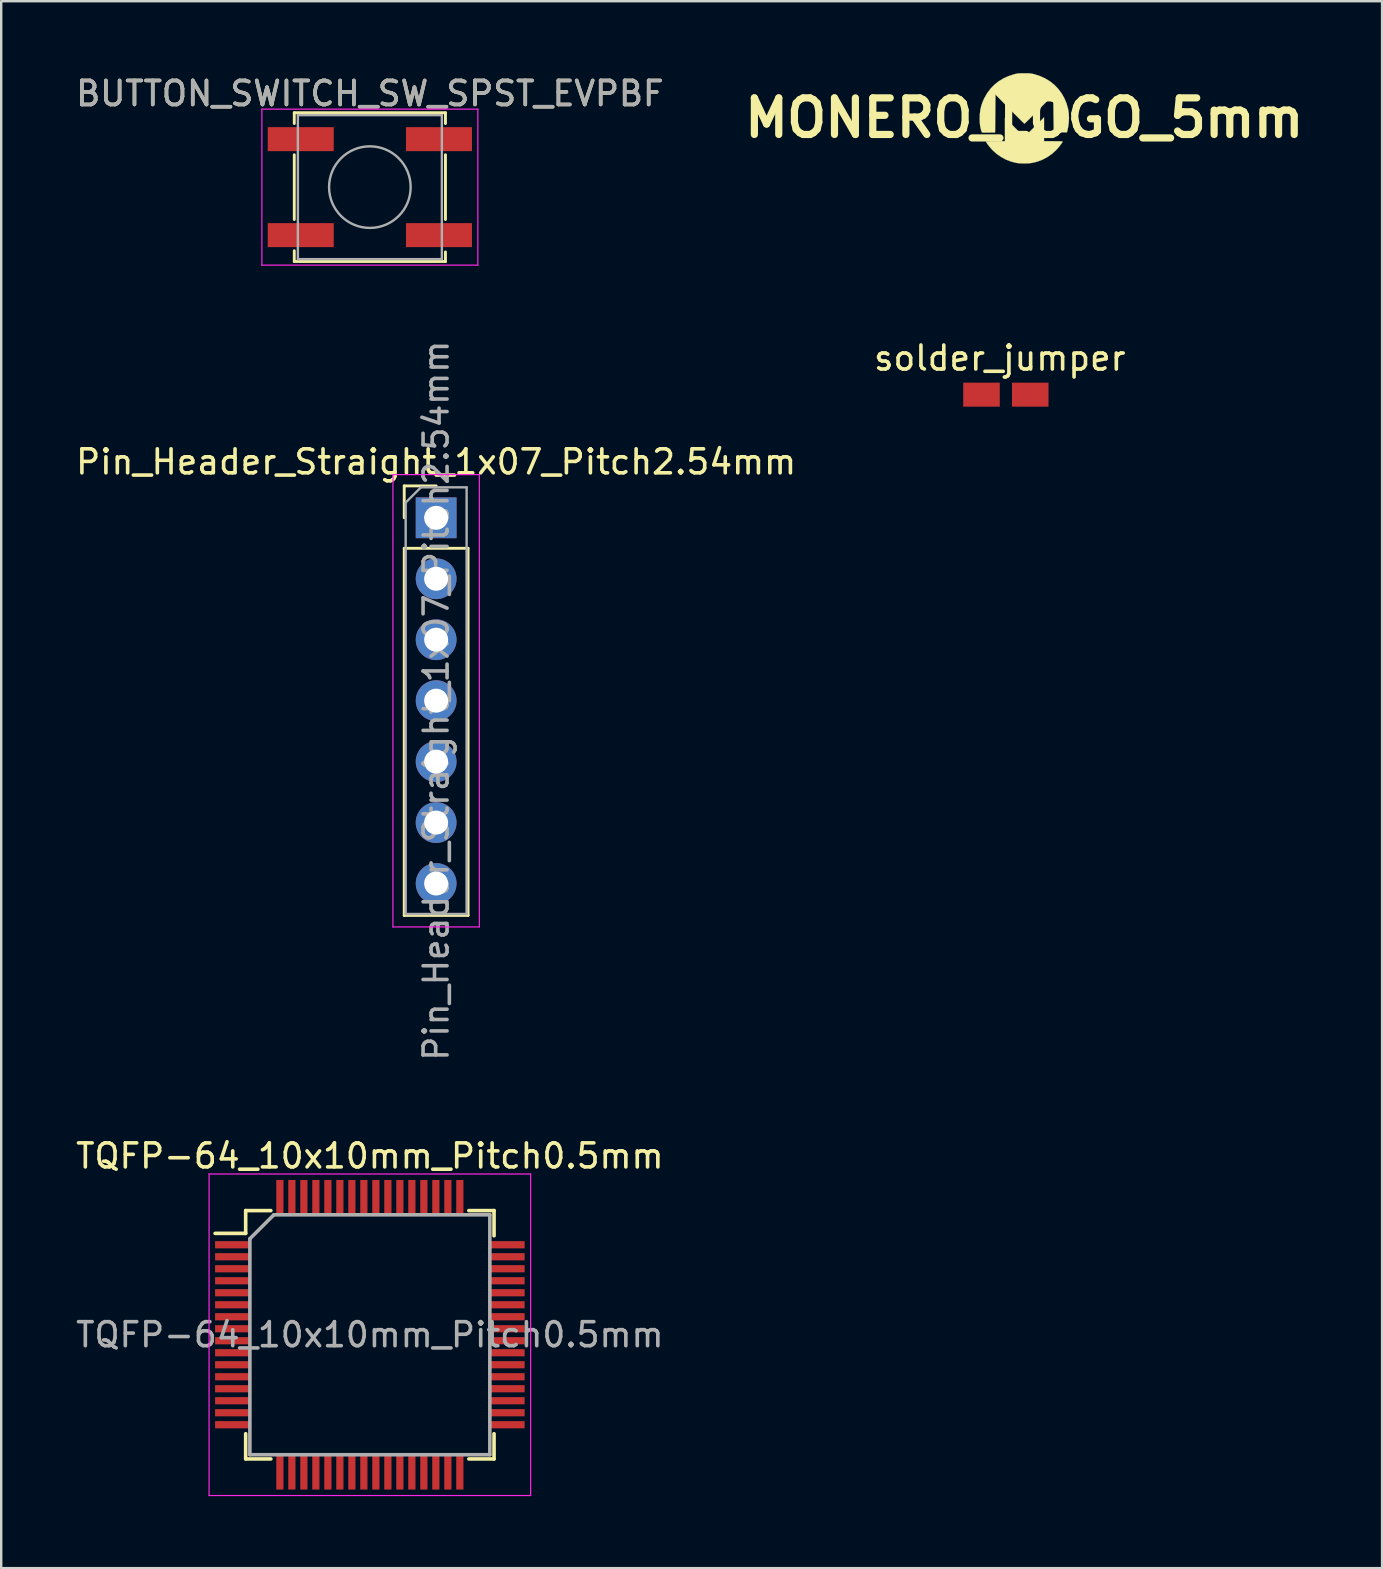
<source format=kicad_pcb>
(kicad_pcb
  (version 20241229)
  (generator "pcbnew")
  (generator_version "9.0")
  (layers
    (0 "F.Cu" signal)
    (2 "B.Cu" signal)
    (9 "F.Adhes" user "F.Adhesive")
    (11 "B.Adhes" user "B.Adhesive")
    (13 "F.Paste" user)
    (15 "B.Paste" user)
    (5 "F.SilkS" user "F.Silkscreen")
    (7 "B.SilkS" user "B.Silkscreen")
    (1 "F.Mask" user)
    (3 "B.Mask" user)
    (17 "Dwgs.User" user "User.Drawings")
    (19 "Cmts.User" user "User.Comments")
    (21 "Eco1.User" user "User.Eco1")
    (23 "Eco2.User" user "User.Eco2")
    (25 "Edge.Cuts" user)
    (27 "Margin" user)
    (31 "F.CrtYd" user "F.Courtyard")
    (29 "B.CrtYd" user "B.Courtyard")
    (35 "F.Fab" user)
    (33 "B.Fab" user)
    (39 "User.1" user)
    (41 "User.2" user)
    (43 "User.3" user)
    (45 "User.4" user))
  (footprint "Pin_Header_Straight_1x07_Pitch2.54mm"
    (layer "F.Cu")
    (at 15.125 18.528)
    (property "Reference" "Pin_Header_Straight_1x07_Pitch2.54mm" (at 0 -2.33 0) (layer "F.SilkS") (effects (font (size 1 1) (thickness 0.15))))
    (attr through_hole)
    (fp_line (start -1.33 -1.33) (end 0 -1.33) (stroke (width 0.12) (type solid)) (layer "F.SilkS"))
    (fp_line (start -1.33 0) (end -1.33 -1.33) (stroke (width 0.12) (type solid)) (layer "F.SilkS"))
    (fp_line (start -1.33 1.27) (end -1.33 16.57) (stroke (width 0.12) (type solid)) (layer "F.SilkS"))
    (fp_line (start -1.33 1.27) (end 1.33 1.27) (stroke (width 0.12) (type solid)) (layer "F.SilkS"))
    (fp_line (start -1.33 16.57) (end 1.33 16.57) (stroke (width 0.12) (type solid)) (layer "F.SilkS"))
    (fp_line (start 1.33 1.27) (end 1.33 16.57) (stroke (width 0.12) (type solid)) (layer "F.SilkS"))
    (fp_line (start -1.8 -1.8) (end -1.8 17.05) (stroke (width 0.05) (type solid)) (layer "F.CrtYd"))
    (fp_line (start -1.8 17.05) (end 1.8 17.05) (stroke (width 0.05) (type solid)) (layer "F.CrtYd"))
    (fp_line (start 1.8 -1.8) (end -1.8 -1.8) (stroke (width 0.05) (type solid)) (layer "F.CrtYd"))
    (fp_line (start 1.8 17.05) (end 1.8 -1.8) (stroke (width 0.05) (type solid)) (layer "F.CrtYd"))
    (fp_line (start -1.27 -0.635) (end -0.635 -1.27) (stroke (width 0.1) (type solid)) (layer "F.Fab"))
    (fp_line (start -1.27 16.51) (end -1.27 -0.635) (stroke (width 0.1) (type solid)) (layer "F.Fab"))
    (fp_line (start -0.635 -1.27) (end 1.27 -1.27) (stroke (width 0.1) (type solid)) (layer "F.Fab"))
    (fp_line (start 1.27 -1.27) (end 1.27 16.51) (stroke (width 0.1) (type solid)) (layer "F.Fab"))
    (fp_line (start 1.27 16.51) (end -1.27 16.51) (stroke (width 0.1) (type solid)) (layer "F.Fab"))
    (fp_text user "${REFERENCE}" (at 0 7.62 90) (layer "F.Fab") (effects (font (size 1 1) (thickness 0.15))))
    (pad "1" thru_hole rect (at 0 0) (size 1.7 1.7) (drill 1) (layers "*.Cu" "*.Mask"))
    (pad "2" thru_hole oval (at 0 2.54) (size 1.7 1.7) (drill 1) (layers "*.Cu" "*.Mask"))
    (pad "3" thru_hole oval (at 0 5.08) (size 1.7 1.7) (drill 1) (layers "*.Cu" "*.Mask"))
    (pad "4" thru_hole oval (at 0 7.62) (size 1.7 1.7) (drill 1) (layers "*.Cu" "*.Mask"))
    (pad "5" thru_hole oval (at 0 10.16) (size 1.7 1.7) (drill 1) (layers "*.Cu" "*.Mask"))
    (pad "6" thru_hole oval (at 0 12.7) (size 1.7 1.7) (drill 1) (layers "*.Cu" "*.Mask"))
    (pad "7" thru_hole oval (at 0 15.24) (size 1.7 1.7) (drill 1) (layers "*.Cu" "*.Mask")))
  (footprint "BUTTON_SWITCH_SW_SPST_EVPBF"
    (layer "F.Cu")
    (at 12.363 4.748)
    (property "Reference" "BUTTON_SWITCH_SW_SPST_EVPBF" (at 0 -3.9 0) (layer "F.SilkS") (effects (font (size 1 1) (thickness 0.15))))
    (attr smd)
    (fp_line (start -3.15 -3.1) (end 3.15 -3.1) (stroke (width 0.12) (type solid)) (layer "F.SilkS"))
    (fp_line (start -3.15 -2.65) (end -3.15 -3.1) (stroke (width 0.12) (type solid)) (layer "F.SilkS"))
    (fp_line (start -3.15 1.35) (end -3.15 -1.35) (stroke (width 0.12) (type solid)) (layer "F.SilkS"))
    (fp_line (start -3.15 2.65) (end -3.15 3.1) (stroke (width 0.12) (type solid)) (layer "F.SilkS"))
    (fp_line (start -3.15 3.1) (end 3.15 3.1) (stroke (width 0.12) (type solid)) (layer "F.SilkS"))
    (fp_line (start 3.15 -3.1) (end 3.15 -2.65) (stroke (width 0.12) (type solid)) (layer "F.SilkS"))
    (fp_line (start 3.15 -1.35) (end 3.15 1.35) (stroke (width 0.12) (type solid)) (layer "F.SilkS"))
    (fp_line (start 3.15 3.1) (end 3.15 2.7) (stroke (width 0.12) (type solid)) (layer "F.SilkS"))
    (fp_line (start -4.5 -3.25) (end 4.5 -3.25) (stroke (width 0.05) (type solid)) (layer "F.CrtYd"))
    (fp_line (start -4.5 3.25) (end -4.5 -3.25) (stroke (width 0.05) (type solid)) (layer "F.CrtYd"))
    (fp_line (start 4.5 -3.25) (end 4.5 3.25) (stroke (width 0.05) (type solid)) (layer "F.CrtYd"))
    (fp_line (start 4.5 3.25) (end -4.5 3.25) (stroke (width 0.05) (type solid)) (layer "F.CrtYd"))
    (fp_line (start -3 -3) (end 3 -3) (stroke (width 0.1) (type solid)) (layer "F.Fab"))
    (fp_line (start -3 3) (end -3 -3) (stroke (width 0.1) (type solid)) (layer "F.Fab"))
    (fp_line (start 3 -3) (end 3 3) (stroke (width 0.1) (type solid)) (layer "F.Fab"))
    (fp_line (start 3 3) (end -3 3) (stroke (width 0.1) (type solid)) (layer "F.Fab"))
    (fp_circle (center 0 0) (end 1.7 0) (stroke (width 0.1) (type solid)) (fill no) (layer "F.Fab"))
    (fp_text user "${REFERENCE}" (at 0 -3.9 0) (layer "F.Fab") (effects (font (size 1 1) (thickness 0.15))))
    (pad "1" smd rect (at -2.88 -2) (size 2.75 1) (layers "F.Cu" "F.Mask" "F.Paste"))
    (pad "1" smd rect (at 2.88 -2) (size 2.75 1) (layers "F.Cu" "F.Mask" "F.Paste"))
    (pad "2" smd rect (at -2.88 2) (size 2.75 1) (layers "F.Cu" "F.Mask" "F.Paste"))
    (pad "2" smd rect (at 2.88 2) (size 2.75 1) (layers "F.Cu" "F.Mask" "F.Paste")))
  (footprint "MONERO_LOGO_5mm"
    (layer "F.Cu")
    (at 39.635 1.864)
    (property "Reference" "MONERO_LOGO_5mm" (at 0 0 0) (layer "F.SilkS") (effects (font (size 1.524 1.524) (thickness 0.3))))
    (attr through_hole)
    (fp_poly (pts (xy 0.822 0.971) (xy 1.21 0.971) (xy 1.318 0.972) (xy 1.413 0.973) (xy 1.492 0.975) (xy 1.552 0.978) (xy 1.589 0.981) (xy 1.599 0.985) (xy 1.589 1.007) (xy 1.564 1.047) (xy 1.526 1.1) (xy 1.48 1.16) (xy 1.429 1.223) (xy 1.378 1.283) (xy 1.329 1.337) (xy 1.317 1.349) (xy 1.145 1.503) (xy 0.955 1.635) (xy 0.751 1.742) (xy 0.537 1.823) (xy 0.321 1.874) (xy 0.222 1.886) (xy 0.103 1.894) (xy -0.024 1.895) (xy -0.15 1.892) (xy -0.264 1.883) (xy -0.336 1.873) (xy -0.551 1.819) (xy -0.761 1.738) (xy -0.961 1.631) (xy -1.148 1.501) (xy -1.317 1.349) (xy -1.317 1.349) (xy -1.365 1.298) (xy -1.416 1.239) (xy -1.468 1.176) (xy -1.515 1.115) (xy -1.555 1.06) (xy -1.584 1.016) (xy -1.598 0.988) (xy -1.599 0.985) (xy -1.584 0.981) (xy -1.544 0.978) (xy -1.48 0.975) (xy -1.398 0.973) (xy -1.3 0.972) (xy -1.203 0.971) (xy -0.807 0.971) (xy -0.807 -0.007) (xy -0.403 0.396) (xy 0.000002 0.799) (xy 0.411 0.388) (xy 0.822 -0.022) (xy 0.822 0.971)) (stroke (width 0.01) (type solid)) (fill yes) (layer "F.SilkS"))
    (fp_poly (pts (xy 0.099 -1.859) (xy 0.175 -1.857) (xy 0.236 -1.853) (xy 0.29 -1.847) (xy 0.342 -1.837) (xy 0.402 -1.823) (xy 0.426 -1.817) (xy 0.658 -1.742) (xy 0.874 -1.643) (xy 1.073 -1.521) (xy 1.252 -1.378) (xy 1.412 -1.213) (xy 1.55 -1.03) (xy 1.665 -0.828) (xy 1.757 -0.611) (xy 1.823 -0.378) (xy 1.833 -0.329) (xy 1.854 -0.174) (xy 1.861 -0.003) (xy 1.853 0.177) (xy 1.831 0.355) (xy 1.796 0.525) (xy 1.792 0.542) (xy 1.777 0.598) (xy 1.229 0.598) (xy 1.218 -0.183) (xy 1.207 -0.963) (xy 0.614 -0.362) (xy 0.505 -0.251) (xy 0.401 -0.147) (xy 0.305 -0.051) (xy 0.219 0.035) (xy 0.145 0.108) (xy 0.085 0.167) (xy 0.04 0.209) (xy 0.013 0.234) (xy 0.006 0.239) (xy -0.008 0.229) (xy -0.04 0.199) (xy -0.089 0.151) (xy -0.154 0.088) (xy -0.231 0.011) (xy -0.32 -0.078) (xy -0.418 -0.176) (xy -0.524 -0.283) (xy -0.607 -0.368) (xy -1.203 -0.975) (xy -1.21 -0.185) (xy -1.218 0.605) (xy -1.49 0.609) (xy -1.587 0.61) (xy -1.658 0.611) (xy -1.708 0.609) (xy -1.741 0.606) (xy -1.76 0.601) (xy -1.771 0.593) (xy -1.776 0.587) (xy -1.785 0.561) (xy -1.798 0.515) (xy -1.813 0.454) (xy -1.823 0.411) (xy -1.838 0.337) (xy -1.848 0.265) (xy -1.854 0.185) (xy -1.857 0.09) (xy -1.858 0.03) (xy -1.851 -0.173) (xy -1.827 -0.358) (xy -1.784 -0.532) (xy -1.721 -0.705) (xy -1.666 -0.824) (xy -1.546 -1.033) (xy -1.405 -1.22) (xy -1.244 -1.386) (xy -1.063 -1.529) (xy -0.864 -1.65) (xy -0.646 -1.747) (xy -0.426 -1.817) (xy -0.362 -1.833) (xy -0.308 -1.844) (xy -0.256 -1.852) (xy -0.198 -1.856) (xy -0.128 -1.858) (xy -0.038 -1.859) (xy 0 -1.859) (xy 0.099 -1.859)) (stroke (width 0.01) (type solid)) (fill yes) (layer "F.SilkS")))
  (footprint "solder_jumper"
    (layer "F.Cu")
    (at 38.867 13.396)
    (property "Reference" "solder_jumper" (at -0.254 -1.524 0) (layer "F.SilkS") (effects (font (size 1 1) (thickness 0.15))))
    (attr through_hole)
    (pad "1" smd rect (at -1.016 0) (size 1.524 1) (layers "F.Cu" "F.Mask" "F.Paste"))
    (pad "2" smd rect (at 1.016 0) (size 1.524 1) (layers "F.Cu" "F.Mask" "F.Paste")))
  (footprint "TQFP-64_10x10mm_Pitch0.5mm"
    (layer "F.Cu")
    (at 12.363 52.572)
    (property "Reference" "TQFP-64_10x10mm_Pitch0.5mm" (at 0 -7.45 0) (layer "F.SilkS") (effects (font (size 1 1) (thickness 0.15))))
    (attr smd)
    (fp_line (start -5.175 -5.175) (end -5.175 -4.225) (stroke (width 0.15) (type solid)) (layer "F.SilkS"))
    (fp_line (start -5.175 -5.175) (end -4.125 -5.175) (stroke (width 0.15) (type solid)) (layer "F.SilkS"))
    (fp_line (start -5.175 -4.225) (end -6.45 -4.225) (stroke (width 0.15) (type solid)) (layer "F.SilkS"))
    (fp_line (start -5.175 5.175) (end -5.175 4.125) (stroke (width 0.15) (type solid)) (layer "F.SilkS"))
    (fp_line (start -5.175 5.175) (end -4.125 5.175) (stroke (width 0.15) (type solid)) (layer "F.SilkS"))
    (fp_line (start 5.175 -5.175) (end 4.125 -5.175) (stroke (width 0.15) (type solid)) (layer "F.SilkS"))
    (fp_line (start 5.175 -5.175) (end 5.175 -4.125) (stroke (width 0.15) (type solid)) (layer "F.SilkS"))
    (fp_line (start 5.175 5.175) (end 4.125 5.175) (stroke (width 0.15) (type solid)) (layer "F.SilkS"))
    (fp_line (start 5.175 5.175) (end 5.175 4.125) (stroke (width 0.15) (type solid)) (layer "F.SilkS"))
    (fp_line (start -6.7 -6.7) (end -6.7 6.7) (stroke (width 0.05) (type solid)) (layer "F.CrtYd"))
    (fp_line (start -6.7 -6.7) (end 6.7 -6.7) (stroke (width 0.05) (type solid)) (layer "F.CrtYd"))
    (fp_line (start -6.7 6.7) (end 6.7 6.7) (stroke (width 0.05) (type solid)) (layer "F.CrtYd"))
    (fp_line (start 6.7 -6.7) (end 6.7 6.7) (stroke (width 0.05) (type solid)) (layer "F.CrtYd"))
    (fp_line (start -5 -4) (end -4 -5) (stroke (width 0.15) (type solid)) (layer "F.Fab"))
    (fp_line (start -5 5) (end -5 -4) (stroke (width 0.15) (type solid)) (layer "F.Fab"))
    (fp_line (start -4 -5) (end 5 -5) (stroke (width 0.15) (type solid)) (layer "F.Fab"))
    (fp_line (start 5 -5) (end 5 5) (stroke (width 0.15) (type solid)) (layer "F.Fab"))
    (fp_line (start 5 5) (end -5 5) (stroke (width 0.15) (type solid)) (layer "F.Fab"))
    (fp_text user "${REFERENCE}" (at 0 0 0) (layer "F.Fab") (effects (font (size 1 1) (thickness 0.15))))
    (pad "1" smd rect (at -5.7 -3.75) (size 1.5 0.3) (layers "F.Cu" "F.Mask" "F.Paste"))
    (pad "2" smd rect (at -5.7 -3.25) (size 1.5 0.3) (layers "F.Cu" "F.Mask" "F.Paste"))
    (pad "3" smd rect (at -5.7 -2.75) (size 1.5 0.3) (layers "F.Cu" "F.Mask" "F.Paste"))
    (pad "4" smd rect (at -5.7 -2.25) (size 1.5 0.3) (layers "F.Cu" "F.Mask" "F.Paste"))
    (pad "5" smd rect (at -5.7 -1.75) (size 1.5 0.3) (layers "F.Cu" "F.Mask" "F.Paste"))
    (pad "6" smd rect (at -5.7 -1.25) (size 1.5 0.3) (layers "F.Cu" "F.Mask" "F.Paste"))
    (pad "7" smd rect (at -5.7 -0.75) (size 1.5 0.3) (layers "F.Cu" "F.Mask" "F.Paste"))
    (pad "8" smd rect (at -5.7 -0.25) (size 1.5 0.3) (layers "F.Cu" "F.Mask" "F.Paste"))
    (pad "9" smd rect (at -5.7 0.25) (size 1.5 0.3) (layers "F.Cu" "F.Mask" "F.Paste"))
    (pad "10" smd rect (at -5.7 0.75) (size 1.5 0.3) (layers "F.Cu" "F.Mask" "F.Paste"))
    (pad "11" smd rect (at -5.7 1.25) (size 1.5 0.3) (layers "F.Cu" "F.Mask" "F.Paste"))
    (pad "12" smd rect (at -5.7 1.75) (size 1.5 0.3) (layers "F.Cu" "F.Mask" "F.Paste"))
    (pad "13" smd rect (at -5.7 2.25) (size 1.5 0.3) (layers "F.Cu" "F.Mask" "F.Paste"))
    (pad "14" smd rect (at -5.7 2.75) (size 1.5 0.3) (layers "F.Cu" "F.Mask" "F.Paste"))
    (pad "15" smd rect (at -5.7 3.25) (size 1.5 0.3) (layers "F.Cu" "F.Mask" "F.Paste"))
    (pad "16" smd rect (at -5.7 3.75) (size 1.5 0.3) (layers "F.Cu" "F.Mask" "F.Paste"))
    (pad "17" smd rect (at -3.75 5.7 90) (size 1.5 0.3) (layers "F.Cu" "F.Mask" "F.Paste"))
    (pad "18" smd rect (at -3.25 5.7 90) (size 1.5 0.3) (layers "F.Cu" "F.Mask" "F.Paste"))
    (pad "19" smd rect (at -2.75 5.7 90) (size 1.5 0.3) (layers "F.Cu" "F.Mask" "F.Paste"))
    (pad "20" smd rect (at -2.25 5.7 90) (size 1.5 0.3) (layers "F.Cu" "F.Mask" "F.Paste"))
    (pad "21" smd rect (at -1.75 5.7 90) (size 1.5 0.3) (layers "F.Cu" "F.Mask" "F.Paste"))
    (pad "22" smd rect (at -1.25 5.7 90) (size 1.5 0.3) (layers "F.Cu" "F.Mask" "F.Paste"))
    (pad "23" smd rect (at -0.75 5.7 90) (size 1.5 0.3) (layers "F.Cu" "F.Mask" "F.Paste"))
    (pad "24" smd rect (at -0.25 5.7 90) (size 1.5 0.3) (layers "F.Cu" "F.Mask" "F.Paste"))
    (pad "25" smd rect (at 0.25 5.7 90) (size 1.5 0.3) (layers "F.Cu" "F.Mask" "F.Paste"))
    (pad "26" smd rect (at 0.75 5.7 90) (size 1.5 0.3) (layers "F.Cu" "F.Mask" "F.Paste"))
    (pad "27" smd rect (at 1.25 5.7 90) (size 1.5 0.3) (layers "F.Cu" "F.Mask" "F.Paste"))
    (pad "28" smd rect (at 1.75 5.7 90) (size 1.5 0.3) (layers "F.Cu" "F.Mask" "F.Paste"))
    (pad "29" smd rect (at 2.25 5.7 90) (size 1.5 0.3) (layers "F.Cu" "F.Mask" "F.Paste"))
    (pad "30" smd rect (at 2.75 5.7 90) (size 1.5 0.3) (layers "F.Cu" "F.Mask" "F.Paste"))
    (pad "31" smd rect (at 3.25 5.7 90) (size 1.5 0.3) (layers "F.Cu" "F.Mask" "F.Paste"))
    (pad "32" smd rect (at 3.75 5.7 90) (size 1.5 0.3) (layers "F.Cu" "F.Mask" "F.Paste"))
    (pad "33" smd rect (at 5.7 3.75) (size 1.5 0.3) (layers "F.Cu" "F.Mask" "F.Paste"))
    (pad "34" smd rect (at 5.7 3.25) (size 1.5 0.3) (layers "F.Cu" "F.Mask" "F.Paste"))
    (pad "35" smd rect (at 5.7 2.75) (size 1.5 0.3) (layers "F.Cu" "F.Mask" "F.Paste"))
    (pad "36" smd rect (at 5.7 2.25) (size 1.5 0.3) (layers "F.Cu" "F.Mask" "F.Paste"))
    (pad "37" smd rect (at 5.7 1.75) (size 1.5 0.3) (layers "F.Cu" "F.Mask" "F.Paste"))
    (pad "38" smd rect (at 5.7 1.25) (size 1.5 0.3) (layers "F.Cu" "F.Mask" "F.Paste"))
    (pad "39" smd rect (at 5.7 0.75) (size 1.5 0.3) (layers "F.Cu" "F.Mask" "F.Paste"))
    (pad "40" smd rect (at 5.7 0.25) (size 1.5 0.3) (layers "F.Cu" "F.Mask" "F.Paste"))
    (pad "41" smd rect (at 5.7 -0.25) (size 1.5 0.3) (layers "F.Cu" "F.Mask" "F.Paste"))
    (pad "42" smd rect (at 5.7 -0.75) (size 1.5 0.3) (layers "F.Cu" "F.Mask" "F.Paste"))
    (pad "43" smd rect (at 5.7 -1.25) (size 1.5 0.3) (layers "F.Cu" "F.Mask" "F.Paste"))
    (pad "44" smd rect (at 5.7 -1.75) (size 1.5 0.3) (layers "F.Cu" "F.Mask" "F.Paste"))
    (pad "45" smd rect (at 5.7 -2.25) (size 1.5 0.3) (layers "F.Cu" "F.Mask" "F.Paste"))
    (pad "46" smd rect (at 5.7 -2.75) (size 1.5 0.3) (layers "F.Cu" "F.Mask" "F.Paste"))
    (pad "47" smd rect (at 5.7 -3.25) (size 1.5 0.3) (layers "F.Cu" "F.Mask" "F.Paste"))
    (pad "48" smd rect (at 5.7 -3.75) (size 1.5 0.3) (layers "F.Cu" "F.Mask" "F.Paste"))
    (pad "49" smd rect (at 3.75 -5.7 90) (size 1.5 0.3) (layers "F.Cu" "F.Mask" "F.Paste"))
    (pad "50" smd rect (at 3.25 -5.7 90) (size 1.5 0.3) (layers "F.Cu" "F.Mask" "F.Paste"))
    (pad "51" smd rect (at 2.75 -5.7 90) (size 1.5 0.3) (layers "F.Cu" "F.Mask" "F.Paste"))
    (pad "52" smd rect (at 2.25 -5.7 90) (size 1.5 0.3) (layers "F.Cu" "F.Mask" "F.Paste"))
    (pad "53" smd rect (at 1.75 -5.7 90) (size 1.5 0.3) (layers "F.Cu" "F.Mask" "F.Paste"))
    (pad "54" smd rect (at 1.25 -5.7 90) (size 1.5 0.3) (layers "F.Cu" "F.Mask" "F.Paste"))
    (pad "55" smd rect (at 0.75 -5.7 90) (size 1.5 0.3) (layers "F.Cu" "F.Mask" "F.Paste"))
    (pad "56" smd rect (at 0.25 -5.7 90) (size 1.5 0.3) (layers "F.Cu" "F.Mask" "F.Paste"))
    (pad "57" smd rect (at -0.25 -5.7 90) (size 1.5 0.3) (layers "F.Cu" "F.Mask" "F.Paste"))
    (pad "58" smd rect (at -0.75 -5.7 90) (size 1.5 0.3) (layers "F.Cu" "F.Mask" "F.Paste"))
    (pad "59" smd rect (at -1.25 -5.7 90) (size 1.5 0.3) (layers "F.Cu" "F.Mask" "F.Paste"))
    (pad "60" smd rect (at -1.75 -5.7 90) (size 1.5 0.3) (layers "F.Cu" "F.Mask" "F.Paste"))
    (pad "61" smd rect (at -2.25 -5.7 90) (size 1.5 0.3) (layers "F.Cu" "F.Mask" "F.Paste"))
    (pad "62" smd rect (at -2.75 -5.7 90) (size 1.5 0.3) (layers "F.Cu" "F.Mask" "F.Paste"))
    (pad "63" smd rect (at -3.25 -5.7 90) (size 1.5 0.3) (layers "F.Cu" "F.Mask" "F.Paste"))
    (pad "64" smd rect (at -3.75 -5.7 90) (size 1.5 0.3) (layers "F.Cu" "F.Mask" "F.Paste")))
  (gr_rect
    (start -3 -3)
    (end 54.544 62.297)
    (stroke (width 0.1) (type default))
    (fill no)
    (layer "Edge.Cuts")))
</source>
